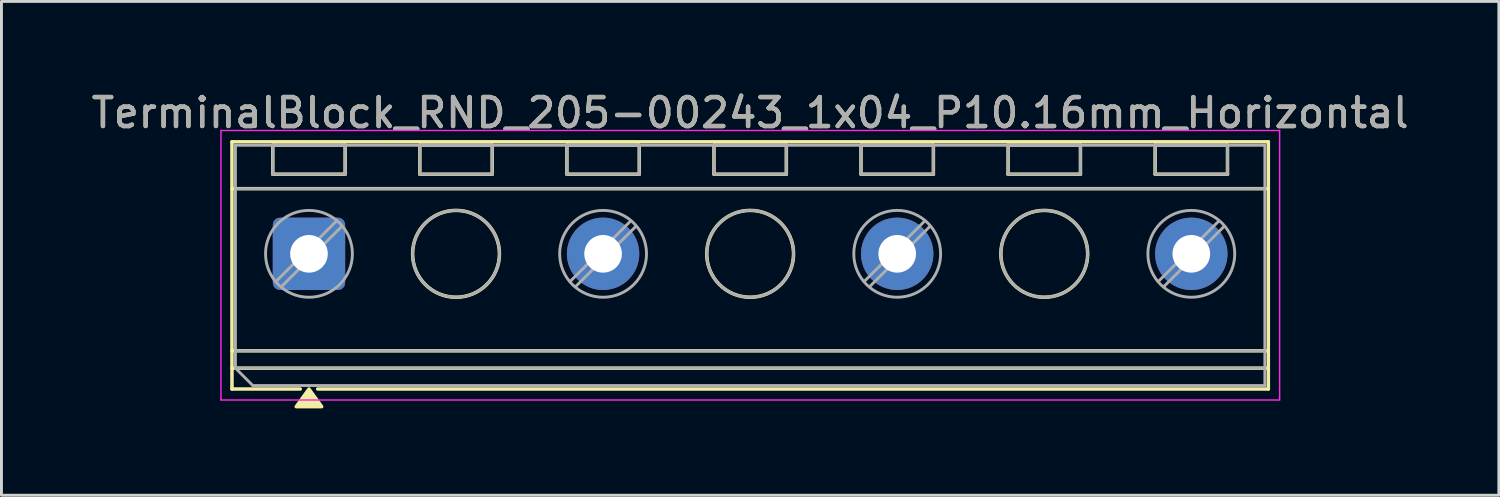
<source format=kicad_pcb>
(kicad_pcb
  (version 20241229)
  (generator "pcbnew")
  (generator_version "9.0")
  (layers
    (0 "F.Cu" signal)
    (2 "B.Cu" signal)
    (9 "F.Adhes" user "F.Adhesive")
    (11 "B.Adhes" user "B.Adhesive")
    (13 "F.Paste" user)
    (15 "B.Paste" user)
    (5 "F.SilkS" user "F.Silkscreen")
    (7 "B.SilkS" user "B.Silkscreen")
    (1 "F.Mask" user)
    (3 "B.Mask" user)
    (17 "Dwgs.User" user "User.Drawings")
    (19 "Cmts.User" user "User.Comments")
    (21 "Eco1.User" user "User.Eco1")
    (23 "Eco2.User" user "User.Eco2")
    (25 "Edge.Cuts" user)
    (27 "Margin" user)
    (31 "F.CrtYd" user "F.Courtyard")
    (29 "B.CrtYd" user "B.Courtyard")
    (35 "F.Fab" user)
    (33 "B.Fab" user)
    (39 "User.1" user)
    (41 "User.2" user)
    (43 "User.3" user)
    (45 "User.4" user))
  (footprint "TerminalBlock_RND_205-00243_1x04_P10.16mm_Horizontal"
    (layer "F.Cu")
    (at 7.623 5.718)
    (property "Reference" "TerminalBlock_RND_205-00243_1x04_P10.16mm_Horizontal" (at 15.24 -4.87 0) (layer "F.SilkS") (effects (font (size 1 1) (thickness 0.15))))
    (attr through_hole)
    (fp_line (start -2.66 -3.87) (end -2.66 4.67) (stroke (width 0.12) (type solid)) (layer "F.SilkS"))
    (fp_line (start -2.66 -3.87) (end 33.14 -3.87) (stroke (width 0.12) (type solid)) (layer "F.SilkS"))
    (fp_line (start -2.66 -2.25) (end 33.14 -2.25) (stroke (width 0.12) (type solid)) (layer "F.SilkS"))
    (fp_line (start -2.66 3.35) (end 33.14 3.35) (stroke (width 0.12) (type solid)) (layer "F.SilkS"))
    (fp_line (start -2.66 3.95) (end 33.14 3.95) (stroke (width 0.12) (type solid)) (layer "F.SilkS"))
    (fp_line (start -2.66 4.67) (end -0.3 4.67) (stroke (width 0.12) (type solid)) (layer "F.SilkS"))
    (fp_line (start -1.25 -3.75) (end -1.25 -2.75) (stroke (width 0.12) (type solid)) (layer "F.SilkS"))
    (fp_line (start -1.25 -3.75) (end 1.25 -3.75) (stroke (width 0.12) (type solid)) (layer "F.SilkS"))
    (fp_line (start -1.25 -2.75) (end 1.25 -2.75) (stroke (width 0.12) (type solid)) (layer "F.SilkS"))
    (fp_line (start 0.3 4.67) (end 33.14 4.67) (stroke (width 0.12) (type solid)) (layer "F.SilkS"))
    (fp_line (start 1.25 -3.75) (end 1.25 -2.75) (stroke (width 0.12) (type solid)) (layer "F.SilkS"))
    (fp_line (start 3.83 -3.75) (end 3.83 -2.75) (stroke (width 0.12) (type solid)) (layer "F.SilkS"))
    (fp_line (start 3.83 -3.75) (end 6.33 -3.75) (stroke (width 0.12) (type solid)) (layer "F.SilkS"))
    (fp_line (start 3.83 -2.75) (end 6.33 -2.75) (stroke (width 0.12) (type solid)) (layer "F.SilkS"))
    (fp_line (start 6.33 -3.75) (end 6.33 -2.75) (stroke (width 0.12) (type solid)) (layer "F.SilkS"))
    (fp_line (start 8.91 -3.75) (end 8.91 -2.75) (stroke (width 0.12) (type solid)) (layer "F.SilkS"))
    (fp_line (start 8.91 -3.75) (end 11.41 -3.75) (stroke (width 0.12) (type solid)) (layer "F.SilkS"))
    (fp_line (start 8.91 -2.75) (end 11.41 -2.75) (stroke (width 0.12) (type solid)) (layer "F.SilkS"))
    (fp_line (start 11.41 -3.75) (end 11.41 -2.75) (stroke (width 0.12) (type solid)) (layer "F.SilkS"))
    (fp_line (start 13.99 -3.75) (end 13.99 -2.75) (stroke (width 0.12) (type solid)) (layer "F.SilkS"))
    (fp_line (start 13.99 -3.75) (end 16.49 -3.75) (stroke (width 0.12) (type solid)) (layer "F.SilkS"))
    (fp_line (start 13.99 -2.75) (end 16.49 -2.75) (stroke (width 0.12) (type solid)) (layer "F.SilkS"))
    (fp_line (start 16.49 -3.75) (end 16.49 -2.75) (stroke (width 0.12) (type solid)) (layer "F.SilkS"))
    (fp_line (start 19.07 -3.75) (end 19.07 -2.75) (stroke (width 0.12) (type solid)) (layer "F.SilkS"))
    (fp_line (start 19.07 -3.75) (end 21.57 -3.75) (stroke (width 0.12) (type solid)) (layer "F.SilkS"))
    (fp_line (start 19.07 -2.75) (end 21.57 -2.75) (stroke (width 0.12) (type solid)) (layer "F.SilkS"))
    (fp_line (start 21.57 -3.75) (end 21.57 -2.75) (stroke (width 0.12) (type solid)) (layer "F.SilkS"))
    (fp_line (start 24.15 -3.75) (end 24.15 -2.75) (stroke (width 0.12) (type solid)) (layer "F.SilkS"))
    (fp_line (start 24.15 -3.75) (end 26.65 -3.75) (stroke (width 0.12) (type solid)) (layer "F.SilkS"))
    (fp_line (start 24.15 -2.75) (end 26.65 -2.75) (stroke (width 0.12) (type solid)) (layer "F.SilkS"))
    (fp_line (start 26.65 -3.75) (end 26.65 -2.75) (stroke (width 0.12) (type solid)) (layer "F.SilkS"))
    (fp_line (start 29.23 -3.75) (end 29.23 -2.75) (stroke (width 0.12) (type solid)) (layer "F.SilkS"))
    (fp_line (start 29.23 -3.75) (end 31.73 -3.75) (stroke (width 0.12) (type solid)) (layer "F.SilkS"))
    (fp_line (start 29.23 -2.75) (end 31.73 -2.75) (stroke (width 0.12) (type solid)) (layer "F.SilkS"))
    (fp_line (start 31.73 -3.75) (end 31.73 -2.75) (stroke (width 0.12) (type solid)) (layer "F.SilkS"))
    (fp_line (start 33.14 -3.87) (end 33.14 4.67) (stroke (width 0.12) (type solid)) (layer "F.SilkS"))
    (fp_circle (center 5.08 0) (end 6.58 0) (stroke (width 0.12) (type solid)) (fill no) (layer "F.SilkS"))
    (fp_circle (center 15.24 0) (end 16.74 0) (stroke (width 0.12) (type solid)) (fill no) (layer "F.SilkS"))
    (fp_circle (center 25.4 0) (end 26.9 0) (stroke (width 0.12) (type solid)) (fill no) (layer "F.SilkS"))
    (fp_poly (pts (xy 0 4.67) (xy 0.44 5.28) (xy -0.44 5.28)) (stroke (width 0.12) (type solid)) (fill yes) (layer "F.SilkS"))
    (fp_line (start -3.04 -4.26) (end -3.04 5.05) (stroke (width 0.05) (type solid)) (layer "F.CrtYd"))
    (fp_line (start -3.04 5.05) (end 33.53 5.05) (stroke (width 0.05) (type solid)) (layer "F.CrtYd"))
    (fp_line (start 33.53 -4.26) (end -3.04 -4.26) (stroke (width 0.05) (type solid)) (layer "F.CrtYd"))
    (fp_line (start 33.53 5.05) (end 33.53 -4.26) (stroke (width 0.05) (type solid)) (layer "F.CrtYd"))
    (fp_line (start -2.54 -3.75) (end 33.02 -3.75) (stroke (width 0.1) (type solid)) (layer "F.Fab"))
    (fp_line (start -2.54 -2.25) (end 33.02 -2.25) (stroke (width 0.1) (type solid)) (layer "F.Fab"))
    (fp_line (start -2.54 3.35) (end 33.02 3.35) (stroke (width 0.1) (type solid)) (layer "F.Fab"))
    (fp_line (start -2.54 3.95) (end -2.54 -3.75) (stroke (width 0.1) (type solid)) (layer "F.Fab"))
    (fp_line (start -2.54 3.95) (end 33.02 3.95) (stroke (width 0.1) (type solid)) (layer "F.Fab"))
    (fp_line (start -1.94 4.55) (end -2.54 3.95) (stroke (width 0.1) (type solid)) (layer "F.Fab"))
    (fp_line (start -1.25 -3.75) (end -1.25 -2.75) (stroke (width 0.1) (type solid)) (layer "F.Fab"))
    (fp_line (start -1.25 -2.75) (end 1.25 -2.75) (stroke (width 0.1) (type solid)) (layer "F.Fab"))
    (fp_line (start 0.955 -1.138) (end -1.138 0.954) (stroke (width 0.1) (type solid)) (layer "F.Fab"))
    (fp_line (start 1.138 -0.954) (end -0.955 1.137) (stroke (width 0.1) (type solid)) (layer "F.Fab"))
    (fp_line (start 1.25 -3.75) (end -1.25 -3.75) (stroke (width 0.1) (type solid)) (layer "F.Fab"))
    (fp_line (start 1.25 -2.75) (end 1.25 -3.75) (stroke (width 0.1) (type solid)) (layer "F.Fab"))
    (fp_line (start 3.83 -3.75) (end 3.83 -2.75) (stroke (width 0.1) (type solid)) (layer "F.Fab"))
    (fp_line (start 3.83 -2.75) (end 6.33 -2.75) (stroke (width 0.1) (type solid)) (layer "F.Fab"))
    (fp_line (start 6.33 -3.75) (end 3.83 -3.75) (stroke (width 0.1) (type solid)) (layer "F.Fab"))
    (fp_line (start 6.33 -2.75) (end 6.33 -3.75) (stroke (width 0.1) (type solid)) (layer "F.Fab"))
    (fp_line (start 8.91 -3.75) (end 8.91 -2.75) (stroke (width 0.1) (type solid)) (layer "F.Fab"))
    (fp_line (start 8.91 -2.75) (end 11.41 -2.75) (stroke (width 0.1) (type solid)) (layer "F.Fab"))
    (fp_line (start 11.115 -1.138) (end 9.022 0.954) (stroke (width 0.1) (type solid)) (layer "F.Fab"))
    (fp_line (start 11.298 -0.954) (end 9.205 1.137) (stroke (width 0.1) (type solid)) (layer "F.Fab"))
    (fp_line (start 11.41 -3.75) (end 8.91 -3.75) (stroke (width 0.1) (type solid)) (layer "F.Fab"))
    (fp_line (start 11.41 -2.75) (end 11.41 -3.75) (stroke (width 0.1) (type solid)) (layer "F.Fab"))
    (fp_line (start 13.99 -3.75) (end 13.99 -2.75) (stroke (width 0.1) (type solid)) (layer "F.Fab"))
    (fp_line (start 13.99 -2.75) (end 16.49 -2.75) (stroke (width 0.1) (type solid)) (layer "F.Fab"))
    (fp_line (start 16.49 -3.75) (end 13.99 -3.75) (stroke (width 0.1) (type solid)) (layer "F.Fab"))
    (fp_line (start 16.49 -2.75) (end 16.49 -3.75) (stroke (width 0.1) (type solid)) (layer "F.Fab"))
    (fp_line (start 19.07 -3.75) (end 19.07 -2.75) (stroke (width 0.1) (type solid)) (layer "F.Fab"))
    (fp_line (start 19.07 -2.75) (end 21.57 -2.75) (stroke (width 0.1) (type solid)) (layer "F.Fab"))
    (fp_line (start 21.275 -1.138) (end 19.182 0.954) (stroke (width 0.1) (type solid)) (layer "F.Fab"))
    (fp_line (start 21.458 -0.954) (end 19.365 1.137) (stroke (width 0.1) (type solid)) (layer "F.Fab"))
    (fp_line (start 21.57 -3.75) (end 19.07 -3.75) (stroke (width 0.1) (type solid)) (layer "F.Fab"))
    (fp_line (start 21.57 -2.75) (end 21.57 -3.75) (stroke (width 0.1) (type solid)) (layer "F.Fab"))
    (fp_line (start 24.15 -3.75) (end 24.15 -2.75) (stroke (width 0.1) (type solid)) (layer "F.Fab"))
    (fp_line (start 24.15 -2.75) (end 26.65 -2.75) (stroke (width 0.1) (type solid)) (layer "F.Fab"))
    (fp_line (start 26.65 -3.75) (end 24.15 -3.75) (stroke (width 0.1) (type solid)) (layer "F.Fab"))
    (fp_line (start 26.65 -2.75) (end 26.65 -3.75) (stroke (width 0.1) (type solid)) (layer "F.Fab"))
    (fp_line (start 29.23 -3.75) (end 29.23 -2.75) (stroke (width 0.1) (type solid)) (layer "F.Fab"))
    (fp_line (start 29.23 -2.75) (end 31.73 -2.75) (stroke (width 0.1) (type solid)) (layer "F.Fab"))
    (fp_line (start 31.435 -1.138) (end 29.342 0.954) (stroke (width 0.1) (type solid)) (layer "F.Fab"))
    (fp_line (start 31.618 -0.954) (end 29.525 1.137) (stroke (width 0.1) (type solid)) (layer "F.Fab"))
    (fp_line (start 31.73 -3.75) (end 29.23 -3.75) (stroke (width 0.1) (type solid)) (layer "F.Fab"))
    (fp_line (start 31.73 -2.75) (end 31.73 -3.75) (stroke (width 0.1) (type solid)) (layer "F.Fab"))
    (fp_line (start 33.02 -3.75) (end 33.02 4.55) (stroke (width 0.1) (type solid)) (layer "F.Fab"))
    (fp_line (start 33.02 4.55) (end -1.94 4.55) (stroke (width 0.1) (type solid)) (layer "F.Fab"))
    (fp_circle (center 0 0) (end 1.5 0) (stroke (width 0.1) (type solid)) (fill no) (layer "F.Fab"))
    (fp_circle (center 5.08 0) (end 6.58 0) (stroke (width 0.1) (type solid)) (fill no) (layer "F.Fab"))
    (fp_circle (center 10.16 0) (end 11.66 0) (stroke (width 0.1) (type solid)) (fill no) (layer "F.Fab"))
    (fp_circle (center 15.24 0) (end 16.74 0) (stroke (width 0.1) (type solid)) (fill no) (layer "F.Fab"))
    (fp_circle (center 20.32 0) (end 21.82 0) (stroke (width 0.1) (type solid)) (fill no) (layer "F.Fab"))
    (fp_circle (center 25.4 0) (end 26.9 0) (stroke (width 0.1) (type solid)) (fill no) (layer "F.Fab"))
    (fp_circle (center 30.48 0) (end 31.98 0) (stroke (width 0.1) (type solid)) (fill no) (layer "F.Fab"))
    (fp_text user "${REFERENCE}" (at 15.24 -4.87 0) (layer "F.Fab") (effects (font (size 1 1) (thickness 0.15))))
    (pad "1" thru_hole roundrect (at 0 0) (size 2.5 2.5) (drill 1.3) (layers "*.Cu" "*.Mask") (roundrect_rratio 0.1))
    (pad "2" thru_hole circle (at 10.16 0) (size 2.5 2.5) (drill 1.3) (layers "*.Cu" "*.Mask"))
    (pad "3" thru_hole circle (at 20.32 0) (size 2.5 2.5) (drill 1.3) (layers "*.Cu" "*.Mask"))
    (pad "4" thru_hole circle (at 30.48 0) (size 2.5 2.5) (drill 1.3) (layers "*.Cu" "*.Mask")))
  (gr_rect
    (start -3 -3)
    (end 48.726 14.058)
    (stroke (width 0.1) (type default))
    (fill no)
    (layer "Edge.Cuts")))
</source>
